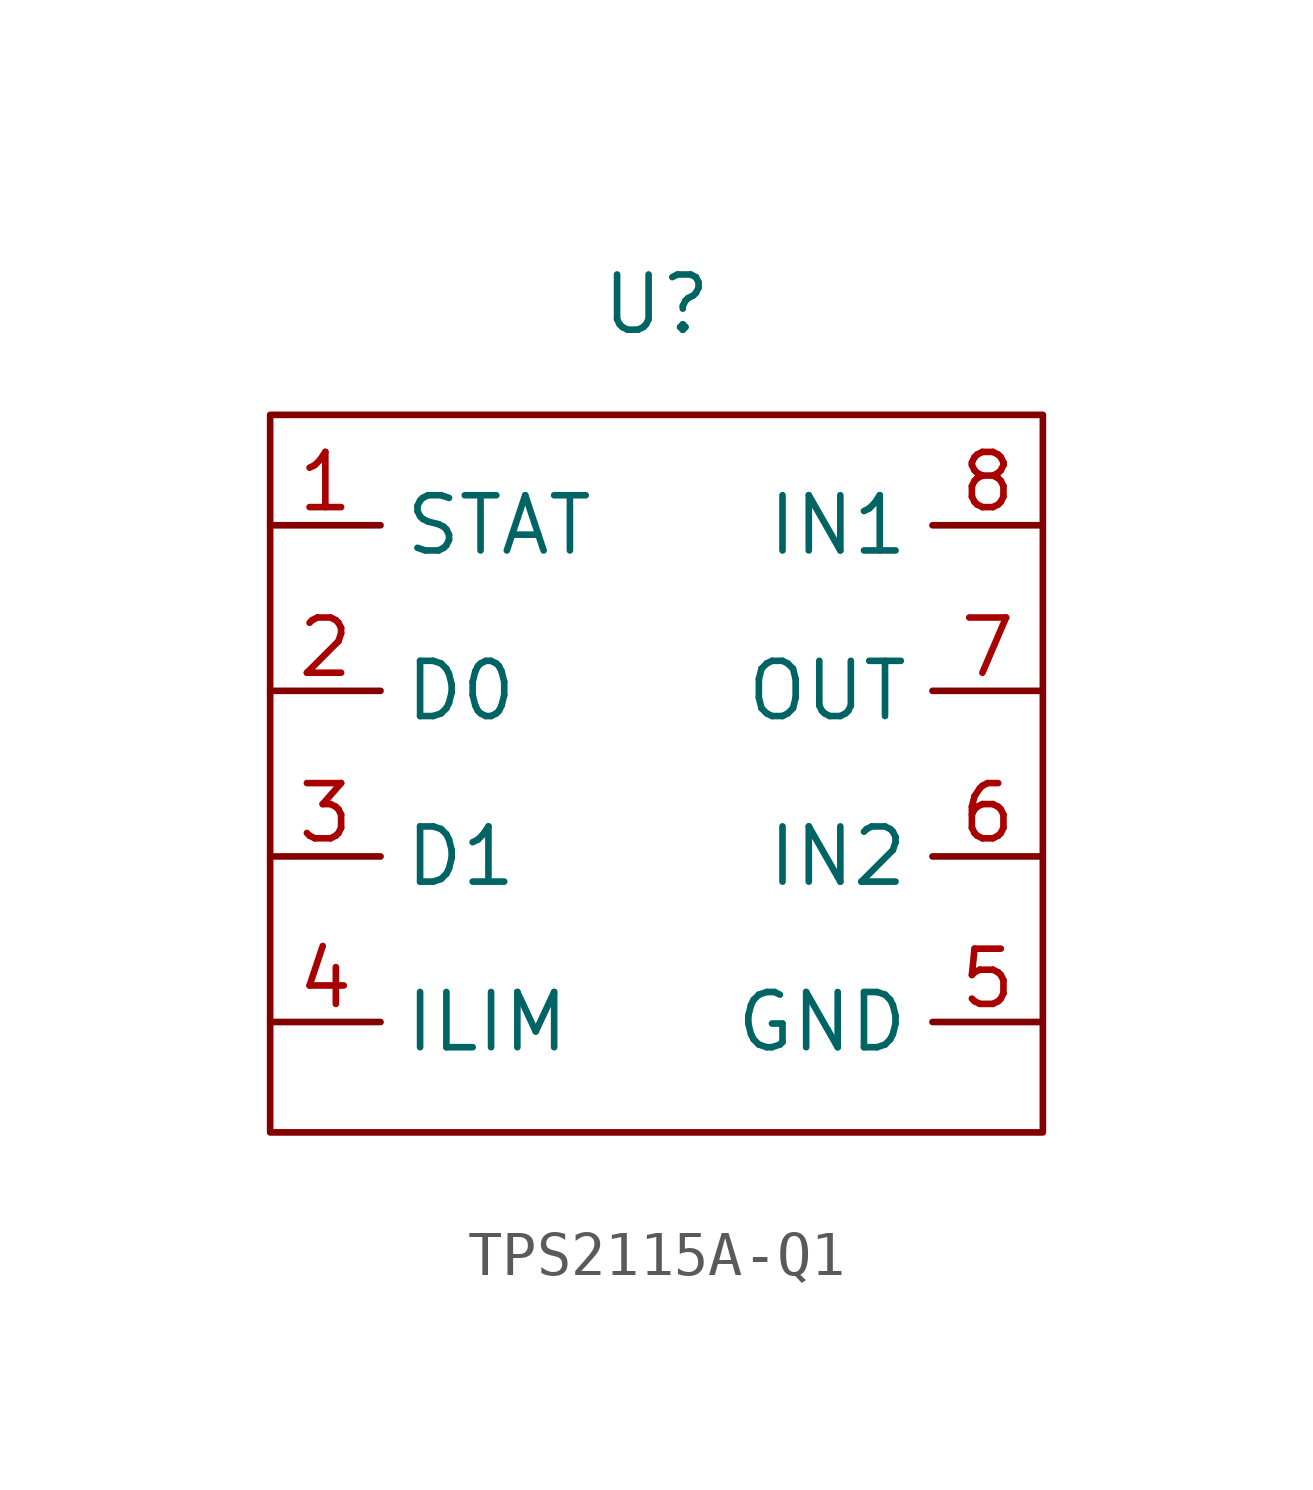
<source format=kicad_sym>
(kicad_symbol_lib
  (version 20220914)
  (generator kicad_symbol_editor)
  (symbol "TPS2115A-Q1"
    (property "Reference" "U"
      (at 0 11.43 0)
      (effects (font (size 1.27 1.27))))
    (property "Value" ""
      (at 0 6.35 0)
      (effects (font (size 1.27 1.27))))
    (symbol "TPS2115A-Q1_0_1"
      (rectangle (start -8.89 8.89) (end 8.89 -7.62) (stroke (width 0) (type default)) (fill (type none))))
    (symbol "TPS2115A-Q1_1_1"
      (pin input line (at -8.89 6.35 0) (length 2.54) (name "STAT" (effects (font (size 1.27 1.27)))) (number "1" (effects (font (size 1.27 1.27)))))
      (pin input line (at -8.89 2.54 0) (length 2.54) (name "D0" (effects (font (size 1.27 1.27)))) (number "2" (effects (font (size 1.27 1.27)))))
      (pin input line (at -8.89 -1.27 0) (length 2.54) (name "D1" (effects (font (size 1.27 1.27)))) (number "3" (effects (font (size 1.27 1.27)))))
      (pin input line (at -8.89 -5.08 0) (length 2.54) (name "ILIM" (effects (font (size 1.27 1.27)))) (number "4" (effects (font (size 1.27 1.27)))))
      (pin input line (at 8.89 -5.08 180) (length 2.54) (name "GND" (effects (font (size 1.27 1.27)))) (number "5" (effects (font (size 1.27 1.27)))))
      (pin input line (at 8.89 -1.27 180) (length 2.54) (name "IN2" (effects (font (size 1.27 1.27)))) (number "6" (effects (font (size 1.27 1.27)))))
      (pin output line (at 8.89 2.54 180) (length 2.54) (name "OUT" (effects (font (size 1.27 1.27)))) (number "7" (effects (font (size 1.27 1.27)))))
      (pin input line (at 8.89 6.35 180) (length 2.54) (name "IN1" (effects (font (size 1.27 1.27)))) (number "8" (effects (font (size 1.27 1.27))))))))
</source>
